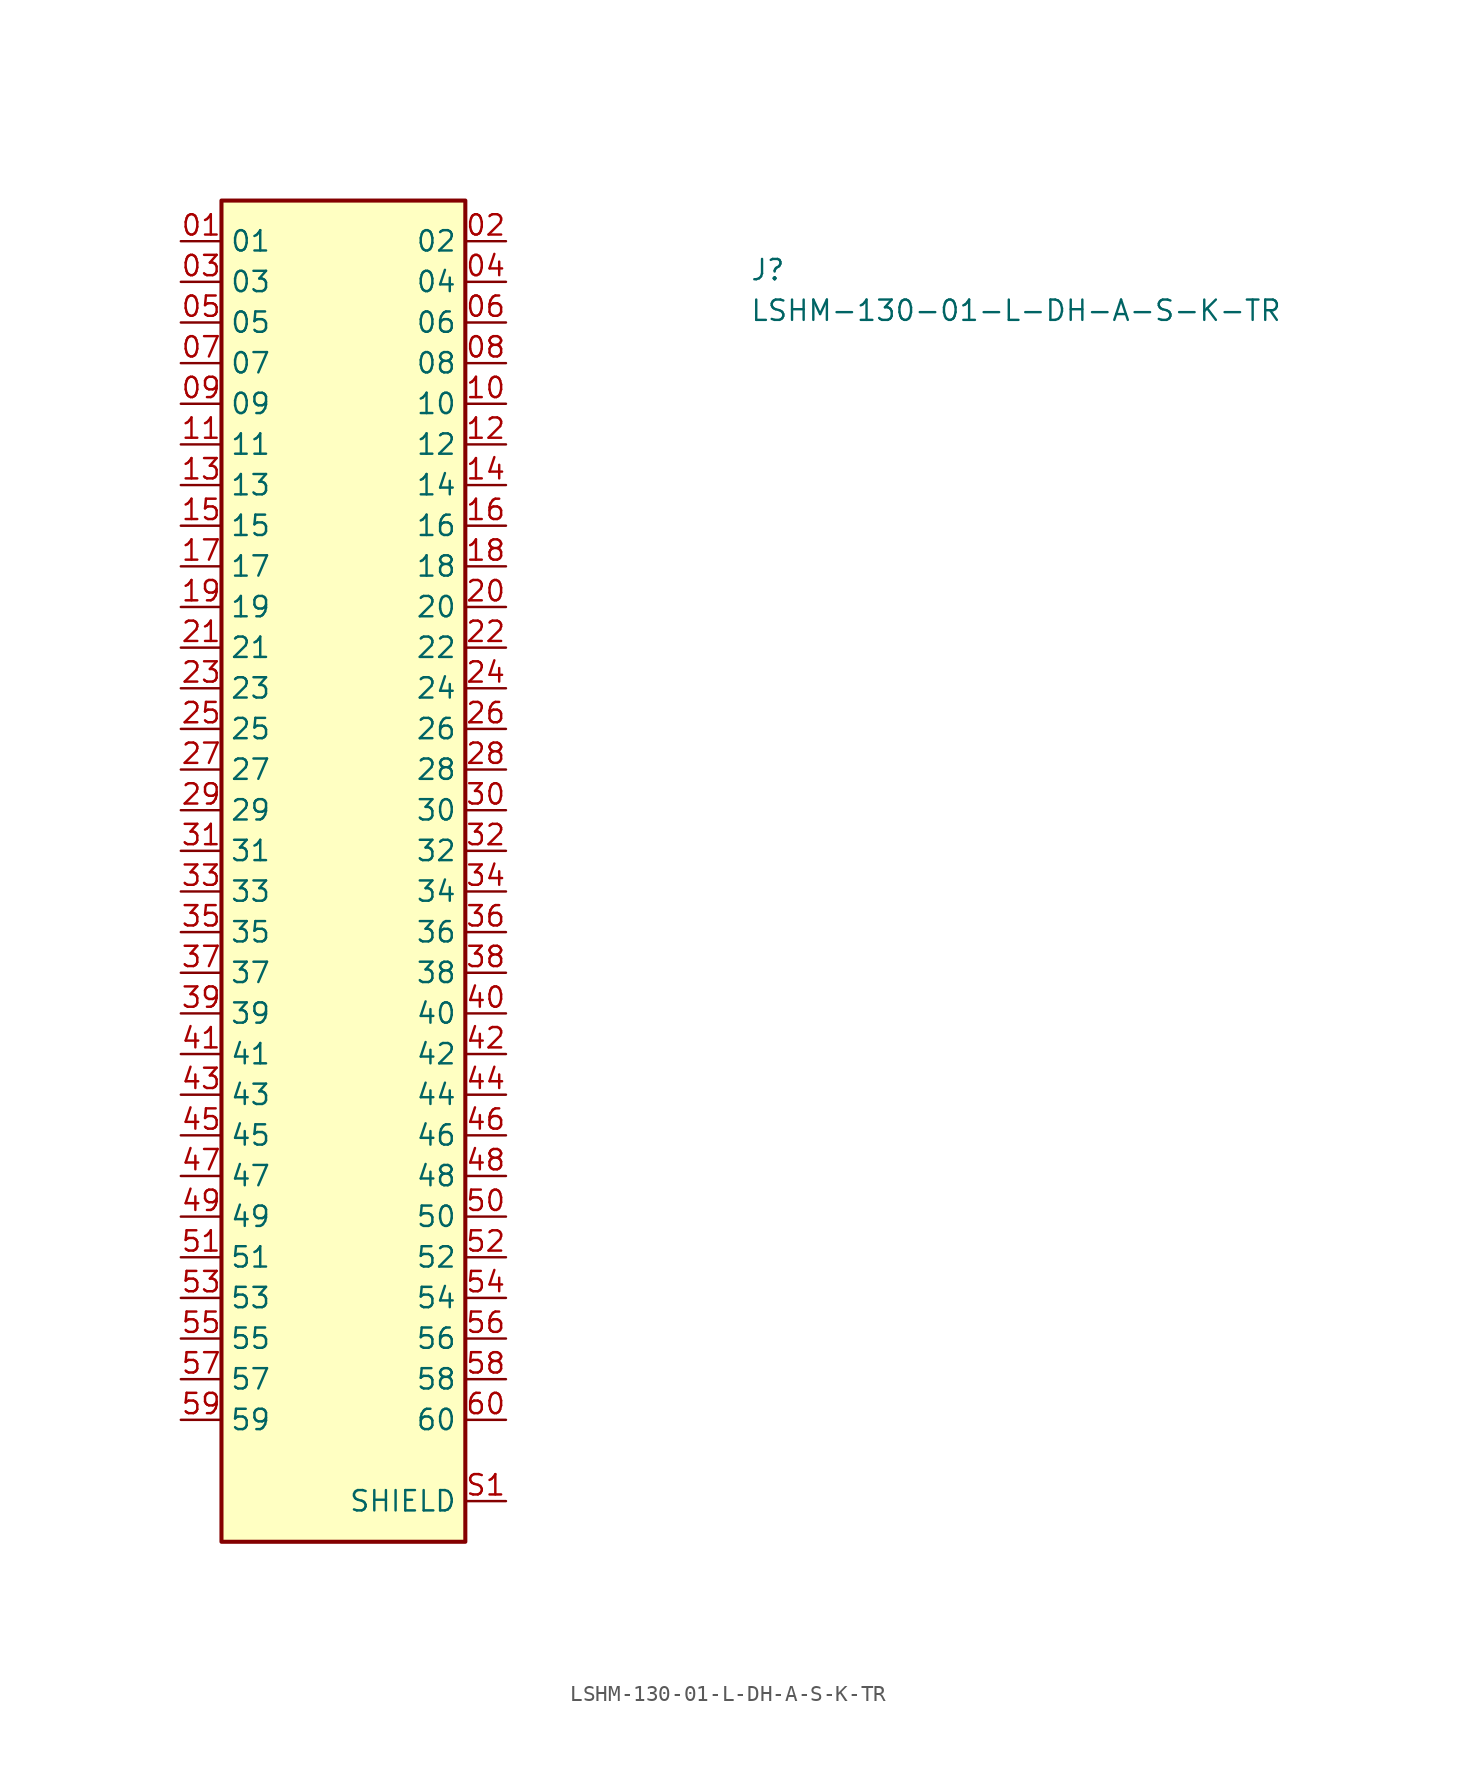
<source format=kicad_sym>
(kicad_symbol_lib
  (version 20211014)
  (generator kicad_symbol_editor)
  (symbol "LSHM-130-01-L-DH-A-S-K-TR"
    (property "Reference" "J"
      (at 35.56 -2.54 0)
      (effects (font (size 1.27 1.27) (thickness 0.15)) (justify left bottom)))
    (property "Value" "LSHM-130-01-L-DH-A-S-K-TR"
      (at 35.56 -5.08 0)
      (effects (font (size 1.27 1.27) (thickness 0.15)) (justify left bottom)))
    (symbol "LSHM-130-01-L-DH-A-S-K-TR_1_1"
      (rectangle (start 2.54 -81.28) (end 17.78 2.54) (stroke (width 0.254) (type default) (color 0 0 0 0)) (fill (type background)))
      (pin passive line (at 0 0 0) (length 2.54) (name "01" (effects (font (size 1.27 1.27)))) (number "01" (effects (font (size 1.27 1.27)))))
      (pin passive line (at 20.32 0 180) (length 2.54) (name "02" (effects (font (size 1.27 1.27)))) (number "02" (effects (font (size 1.27 1.27)))))
      (pin passive line (at 0 -2.54 0) (length 2.54) (name "03" (effects (font (size 1.27 1.27)))) (number "03" (effects (font (size 1.27 1.27)))))
      (pin passive line (at 20.32 -2.54 180) (length 2.54) (name "04" (effects (font (size 1.27 1.27)))) (number "04" (effects (font (size 1.27 1.27)))))
      (pin passive line (at 0 -5.08 0) (length 2.54) (name "05" (effects (font (size 1.27 1.27)))) (number "05" (effects (font (size 1.27 1.27)))))
      (pin passive line (at 20.32 -5.08 180) (length 2.54) (name "06" (effects (font (size 1.27 1.27)))) (number "06" (effects (font (size 1.27 1.27)))))
      (pin passive line (at 0 -7.62 0) (length 2.54) (name "07" (effects (font (size 1.27 1.27)))) (number "07" (effects (font (size 1.27 1.27)))))
      (pin passive line (at 20.32 -7.62 180) (length 2.54) (name "08" (effects (font (size 1.27 1.27)))) (number "08" (effects (font (size 1.27 1.27)))))
      (pin passive line (at 0 -10.16 0) (length 2.54) (name "09" (effects (font (size 1.27 1.27)))) (number "09" (effects (font (size 1.27 1.27)))))
      (pin passive line (at 20.32 -10.16 180) (length 2.54) (name "10" (effects (font (size 1.27 1.27)))) (number "10" (effects (font (size 1.27 1.27)))))
      (pin passive line (at 0 -12.7 0) (length 2.54) (name "11" (effects (font (size 1.27 1.27)))) (number "11" (effects (font (size 1.27 1.27)))))
      (pin passive line (at 20.32 -12.7 180) (length 2.54) (name "12" (effects (font (size 1.27 1.27)))) (number "12" (effects (font (size 1.27 1.27)))))
      (pin passive line (at 0 -15.24 0) (length 2.54) (name "13" (effects (font (size 1.27 1.27)))) (number "13" (effects (font (size 1.27 1.27)))))
      (pin passive line (at 20.32 -15.24 180) (length 2.54) (name "14" (effects (font (size 1.27 1.27)))) (number "14" (effects (font (size 1.27 1.27)))))
      (pin passive line (at 0 -17.78 0) (length 2.54) (name "15" (effects (font (size 1.27 1.27)))) (number "15" (effects (font (size 1.27 1.27)))))
      (pin passive line (at 20.32 -17.78 180) (length 2.54) (name "16" (effects (font (size 1.27 1.27)))) (number "16" (effects (font (size 1.27 1.27)))))
      (pin passive line (at 0 -20.32 0) (length 2.54) (name "17" (effects (font (size 1.27 1.27)))) (number "17" (effects (font (size 1.27 1.27)))))
      (pin passive line (at 20.32 -20.32 180) (length 2.54) (name "18" (effects (font (size 1.27 1.27)))) (number "18" (effects (font (size 1.27 1.27)))))
      (pin passive line (at 0 -22.86 0) (length 2.54) (name "19" (effects (font (size 1.27 1.27)))) (number "19" (effects (font (size 1.27 1.27)))))
      (pin passive line (at 20.32 -22.86 180) (length 2.54) (name "20" (effects (font (size 1.27 1.27)))) (number "20" (effects (font (size 1.27 1.27)))))
      (pin passive line (at 0 -25.4 0) (length 2.54) (name "21" (effects (font (size 1.27 1.27)))) (number "21" (effects (font (size 1.27 1.27)))))
      (pin passive line (at 20.32 -25.4 180) (length 2.54) (name "22" (effects (font (size 1.27 1.27)))) (number "22" (effects (font (size 1.27 1.27)))))
      (pin passive line (at 0 -27.94 0) (length 2.54) (name "23" (effects (font (size 1.27 1.27)))) (number "23" (effects (font (size 1.27 1.27)))))
      (pin passive line (at 20.32 -27.94 180) (length 2.54) (name "24" (effects (font (size 1.27 1.27)))) (number "24" (effects (font (size 1.27 1.27)))))
      (pin passive line (at 0 -30.48 0) (length 2.54) (name "25" (effects (font (size 1.27 1.27)))) (number "25" (effects (font (size 1.27 1.27)))))
      (pin passive line (at 20.32 -30.48 180) (length 2.54) (name "26" (effects (font (size 1.27 1.27)))) (number "26" (effects (font (size 1.27 1.27)))))
      (pin passive line (at 0 -33.02 0) (length 2.54) (name "27" (effects (font (size 1.27 1.27)))) (number "27" (effects (font (size 1.27 1.27)))))
      (pin passive line (at 20.32 -33.02 180) (length 2.54) (name "28" (effects (font (size 1.27 1.27)))) (number "28" (effects (font (size 1.27 1.27)))))
      (pin passive line (at 0 -35.56 0) (length 2.54) (name "29" (effects (font (size 1.27 1.27)))) (number "29" (effects (font (size 1.27 1.27)))))
      (pin passive line (at 20.32 -35.56 180) (length 2.54) (name "30" (effects (font (size 1.27 1.27)))) (number "30" (effects (font (size 1.27 1.27)))))
      (pin passive line (at 0 -38.1 0) (length 2.54) (name "31" (effects (font (size 1.27 1.27)))) (number "31" (effects (font (size 1.27 1.27)))))
      (pin passive line (at 20.32 -38.1 180) (length 2.54) (name "32" (effects (font (size 1.27 1.27)))) (number "32" (effects (font (size 1.27 1.27)))))
      (pin passive line (at 0 -40.64 0) (length 2.54) (name "33" (effects (font (size 1.27 1.27)))) (number "33" (effects (font (size 1.27 1.27)))))
      (pin passive line (at 20.32 -40.64 180) (length 2.54) (name "34" (effects (font (size 1.27 1.27)))) (number "34" (effects (font (size 1.27 1.27)))))
      (pin passive line (at 0 -43.18 0) (length 2.54) (name "35" (effects (font (size 1.27 1.27)))) (number "35" (effects (font (size 1.27 1.27)))))
      (pin passive line (at 20.32 -43.18 180) (length 2.54) (name "36" (effects (font (size 1.27 1.27)))) (number "36" (effects (font (size 1.27 1.27)))))
      (pin passive line (at 0 -45.72 0) (length 2.54) (name "37" (effects (font (size 1.27 1.27)))) (number "37" (effects (font (size 1.27 1.27)))))
      (pin passive line (at 20.32 -45.72 180) (length 2.54) (name "38" (effects (font (size 1.27 1.27)))) (number "38" (effects (font (size 1.27 1.27)))))
      (pin passive line (at 0 -48.26 0) (length 2.54) (name "39" (effects (font (size 1.27 1.27)))) (number "39" (effects (font (size 1.27 1.27)))))
      (pin passive line (at 20.32 -48.26 180) (length 2.54) (name "40" (effects (font (size 1.27 1.27)))) (number "40" (effects (font (size 1.27 1.27)))))
      (pin passive line (at 0 -50.8 0) (length 2.54) (name "41" (effects (font (size 1.27 1.27)))) (number "41" (effects (font (size 1.27 1.27)))))
      (pin passive line (at 20.32 -50.8 180) (length 2.54) (name "42" (effects (font (size 1.27 1.27)))) (number "42" (effects (font (size 1.27 1.27)))))
      (pin passive line (at 0 -53.34 0) (length 2.54) (name "43" (effects (font (size 1.27 1.27)))) (number "43" (effects (font (size 1.27 1.27)))))
      (pin passive line (at 20.32 -53.34 180) (length 2.54) (name "44" (effects (font (size 1.27 1.27)))) (number "44" (effects (font (size 1.27 1.27)))))
      (pin passive line (at 0 -55.88 0) (length 2.54) (name "45" (effects (font (size 1.27 1.27)))) (number "45" (effects (font (size 1.27 1.27)))))
      (pin passive line (at 20.32 -55.88 180) (length 2.54) (name "46" (effects (font (size 1.27 1.27)))) (number "46" (effects (font (size 1.27 1.27)))))
      (pin passive line (at 0 -58.42 0) (length 2.54) (name "47" (effects (font (size 1.27 1.27)))) (number "47" (effects (font (size 1.27 1.27)))))
      (pin passive line (at 20.32 -58.42 180) (length 2.54) (name "48" (effects (font (size 1.27 1.27)))) (number "48" (effects (font (size 1.27 1.27)))))
      (pin passive line (at 0 -60.96 0) (length 2.54) (name "49" (effects (font (size 1.27 1.27)))) (number "49" (effects (font (size 1.27 1.27)))))
      (pin passive line (at 20.32 -60.96 180) (length 2.54) (name "50" (effects (font (size 1.27 1.27)))) (number "50" (effects (font (size 1.27 1.27)))))
      (pin passive line (at 0 -63.5 0) (length 2.54) (name "51" (effects (font (size 1.27 1.27)))) (number "51" (effects (font (size 1.27 1.27)))))
      (pin passive line (at 20.32 -63.5 180) (length 2.54) (name "52" (effects (font (size 1.27 1.27)))) (number "52" (effects (font (size 1.27 1.27)))))
      (pin passive line (at 0 -66.04 0) (length 2.54) (name "53" (effects (font (size 1.27 1.27)))) (number "53" (effects (font (size 1.27 1.27)))))
      (pin passive line (at 20.32 -66.04 180) (length 2.54) (name "54" (effects (font (size 1.27 1.27)))) (number "54" (effects (font (size 1.27 1.27)))))
      (pin passive line (at 0 -68.58 0) (length 2.54) (name "55" (effects (font (size 1.27 1.27)))) (number "55" (effects (font (size 1.27 1.27)))))
      (pin passive line (at 20.32 -68.58 180) (length 2.54) (name "56" (effects (font (size 1.27 1.27)))) (number "56" (effects (font (size 1.27 1.27)))))
      (pin passive line (at 0 -71.12 0) (length 2.54) (name "57" (effects (font (size 1.27 1.27)))) (number "57" (effects (font (size 1.27 1.27)))))
      (pin passive line (at 20.32 -71.12 180) (length 2.54) (name "58" (effects (font (size 1.27 1.27)))) (number "58" (effects (font (size 1.27 1.27)))))
      (pin passive line (at 0 -73.66 0) (length 2.54) (name "59" (effects (font (size 1.27 1.27)))) (number "59" (effects (font (size 1.27 1.27)))))
      (pin passive line (at 20.32 -73.66 180) (length 2.54) (name "60" (effects (font (size 1.27 1.27)))) (number "60" (effects (font (size 1.27 1.27)))))
      (pin passive line (at 20.32 -78.74 180) (length 2.54) (name "SHIELD" (effects (font (size 1.27 1.27)))) (number "S1" (effects (font (size 1.27 1.27)))))
      (pin passive line (at 20.32 -78.74 180) (length 2.54) hide (name "SHIELD" (effects (font (size 1.27 1.27)))) (number "S2" (effects (font (size 1.27 1.27))))))))
</source>
